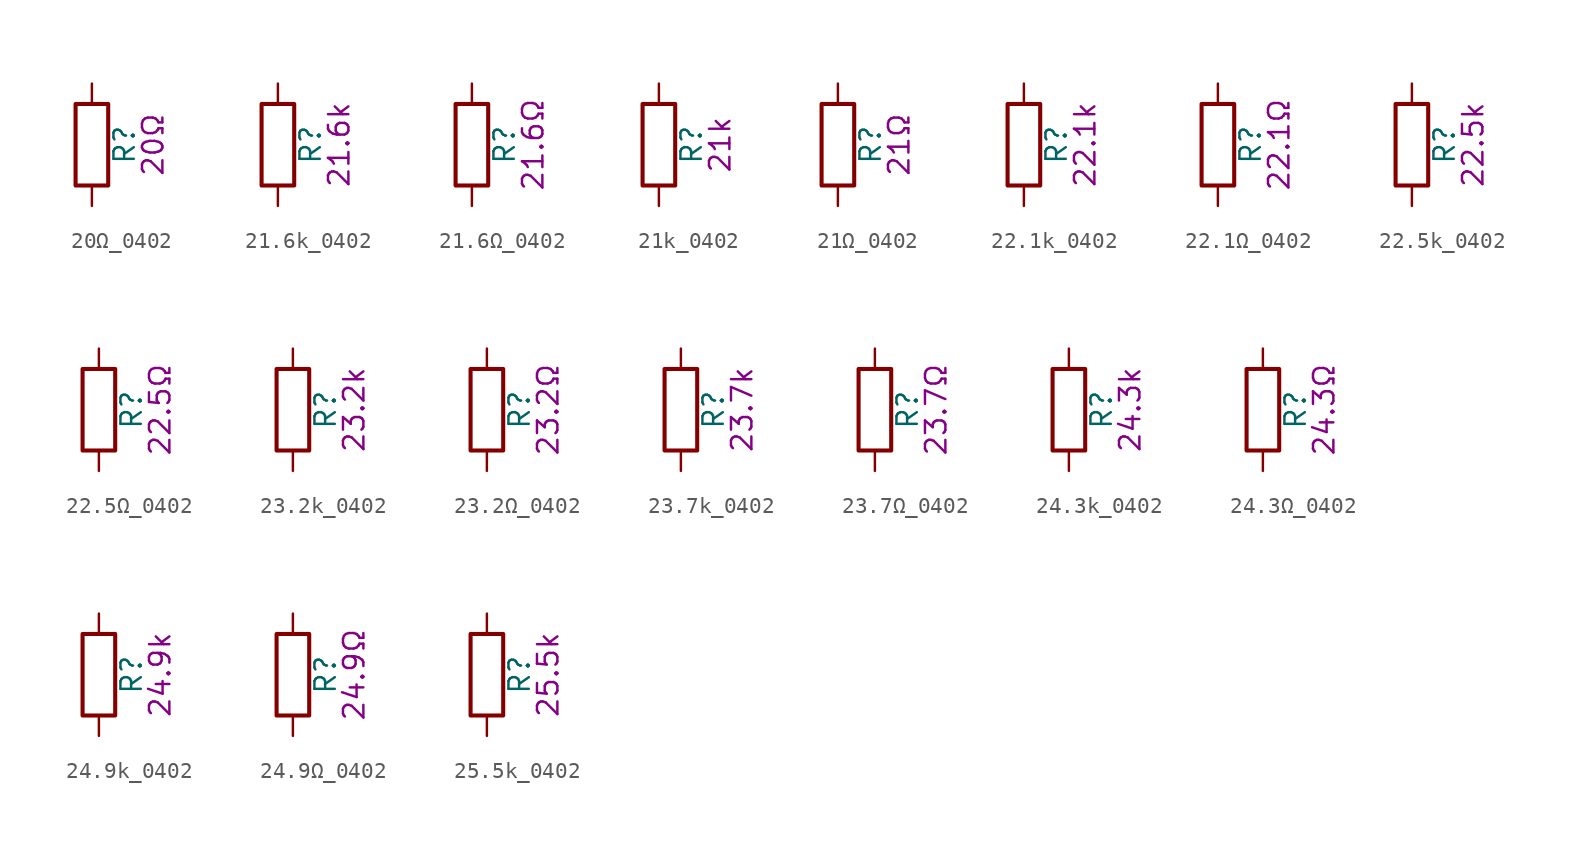
<source format=kicad_sym>
(kicad_symbol_lib
  (version 20211014)
  (generator kicad_symbol_editor)
  (symbol "20Ω_0402"
    (pin_numbers hide)
    (pin_names
      (offset 0))
    (property "Reference" "R"
      (at 2.032 0 90)
      (effects (font (size 1.27 1.27))))
    (property "Display" "20Ω"
      (at 3.81 0 90)
      (effects (font (size 1.27 1.27))))
    (symbol "20Ω_0402_0_1"
      (rectangle (start -1.016 -2.54) (end 1.016 2.54) (stroke (width 0.254) (type default) (color 0 0 0 0)) (fill (type none))))
    (symbol "20Ω_0402_1_1"
      (pin passive line (at 0 3.81 270) (length 1.27) (name "~" (effects (font (size 1.27 1.27)))) (number "1" (effects (font (size 1.27 1.27)))))
      (pin passive line (at 0 -3.81 90) (length 1.27) (name "~" (effects (font (size 1.27 1.27)))) (number "2" (effects (font (size 1.27 1.27)))))))
  (symbol "21.6k_0402"
    (pin_numbers hide)
    (pin_names
      (offset 0))
    (property "Reference" "R"
      (at 2.032 0 90)
      (effects (font (size 1.27 1.27))))
    (property "Display" "21.6k"
      (at 3.81 0 90)
      (effects (font (size 1.27 1.27))))
    (symbol "21.6k_0402_0_1"
      (rectangle (start -1.016 -2.54) (end 1.016 2.54) (stroke (width 0.254) (type default) (color 0 0 0 0)) (fill (type none))))
    (symbol "21.6k_0402_1_1"
      (pin passive line (at 0 3.81 270) (length 1.27) (name "~" (effects (font (size 1.27 1.27)))) (number "1" (effects (font (size 1.27 1.27)))))
      (pin passive line (at 0 -3.81 90) (length 1.27) (name "~" (effects (font (size 1.27 1.27)))) (number "2" (effects (font (size 1.27 1.27)))))))
  (symbol "21.6Ω_0402"
    (pin_numbers hide)
    (pin_names
      (offset 0))
    (property "Reference" "R"
      (at 2.032 0 90)
      (effects (font (size 1.27 1.27))))
    (property "Display" "21.6Ω"
      (at 3.81 0 90)
      (effects (font (size 1.27 1.27))))
    (symbol "21.6Ω_0402_0_1"
      (rectangle (start -1.016 -2.54) (end 1.016 2.54) (stroke (width 0.254) (type default) (color 0 0 0 0)) (fill (type none))))
    (symbol "21.6Ω_0402_1_1"
      (pin passive line (at 0 3.81 270) (length 1.27) (name "~" (effects (font (size 1.27 1.27)))) (number "1" (effects (font (size 1.27 1.27)))))
      (pin passive line (at 0 -3.81 90) (length 1.27) (name "~" (effects (font (size 1.27 1.27)))) (number "2" (effects (font (size 1.27 1.27)))))))
  (symbol "21k_0402"
    (pin_numbers hide)
    (pin_names
      (offset 0))
    (property "Reference" "R"
      (at 2.032 0 90)
      (effects (font (size 1.27 1.27))))
    (property "Display" "21k"
      (at 3.81 0 90)
      (effects (font (size 1.27 1.27))))
    (symbol "21k_0402_0_1"
      (rectangle (start -1.016 -2.54) (end 1.016 2.54) (stroke (width 0.254) (type default) (color 0 0 0 0)) (fill (type none))))
    (symbol "21k_0402_1_1"
      (pin passive line (at 0 3.81 270) (length 1.27) (name "~" (effects (font (size 1.27 1.27)))) (number "1" (effects (font (size 1.27 1.27)))))
      (pin passive line (at 0 -3.81 90) (length 1.27) (name "~" (effects (font (size 1.27 1.27)))) (number "2" (effects (font (size 1.27 1.27)))))))
  (symbol "21Ω_0402"
    (pin_numbers hide)
    (pin_names
      (offset 0))
    (property "Reference" "R"
      (at 2.032 0 90)
      (effects (font (size 1.27 1.27))))
    (property "Display" "21Ω"
      (at 3.81 0 90)
      (effects (font (size 1.27 1.27))))
    (symbol "21Ω_0402_0_1"
      (rectangle (start -1.016 -2.54) (end 1.016 2.54) (stroke (width 0.254) (type default) (color 0 0 0 0)) (fill (type none))))
    (symbol "21Ω_0402_1_1"
      (pin passive line (at 0 3.81 270) (length 1.27) (name "~" (effects (font (size 1.27 1.27)))) (number "1" (effects (font (size 1.27 1.27)))))
      (pin passive line (at 0 -3.81 90) (length 1.27) (name "~" (effects (font (size 1.27 1.27)))) (number "2" (effects (font (size 1.27 1.27)))))))
  (symbol "22.1k_0402"
    (pin_numbers hide)
    (pin_names
      (offset 0))
    (property "Reference" "R"
      (at 2.032 0 90)
      (effects (font (size 1.27 1.27))))
    (property "Display" "22.1k"
      (at 3.81 0 90)
      (effects (font (size 1.27 1.27))))
    (symbol "22.1k_0402_0_1"
      (rectangle (start -1.016 -2.54) (end 1.016 2.54) (stroke (width 0.254) (type default) (color 0 0 0 0)) (fill (type none))))
    (symbol "22.1k_0402_1_1"
      (pin passive line (at 0 3.81 270) (length 1.27) (name "~" (effects (font (size 1.27 1.27)))) (number "1" (effects (font (size 1.27 1.27)))))
      (pin passive line (at 0 -3.81 90) (length 1.27) (name "~" (effects (font (size 1.27 1.27)))) (number "2" (effects (font (size 1.27 1.27)))))))
  (symbol "22.1Ω_0402"
    (pin_numbers hide)
    (pin_names
      (offset 0))
    (property "Reference" "R"
      (at 2.032 0 90)
      (effects (font (size 1.27 1.27))))
    (property "Display" "22.1Ω"
      (at 3.81 0 90)
      (effects (font (size 1.27 1.27))))
    (symbol "22.1Ω_0402_0_1"
      (rectangle (start -1.016 -2.54) (end 1.016 2.54) (stroke (width 0.254) (type default) (color 0 0 0 0)) (fill (type none))))
    (symbol "22.1Ω_0402_1_1"
      (pin passive line (at 0 3.81 270) (length 1.27) (name "~" (effects (font (size 1.27 1.27)))) (number "1" (effects (font (size 1.27 1.27)))))
      (pin passive line (at 0 -3.81 90) (length 1.27) (name "~" (effects (font (size 1.27 1.27)))) (number "2" (effects (font (size 1.27 1.27)))))))
  (symbol "22.5k_0402"
    (pin_numbers hide)
    (pin_names
      (offset 0))
    (property "Reference" "R"
      (at 2.032 0 90)
      (effects (font (size 1.27 1.27))))
    (property "Display" "22.5k"
      (at 3.81 0 90)
      (effects (font (size 1.27 1.27))))
    (symbol "22.5k_0402_0_1"
      (rectangle (start -1.016 -2.54) (end 1.016 2.54) (stroke (width 0.254) (type default) (color 0 0 0 0)) (fill (type none))))
    (symbol "22.5k_0402_1_1"
      (pin passive line (at 0 3.81 270) (length 1.27) (name "~" (effects (font (size 1.27 1.27)))) (number "1" (effects (font (size 1.27 1.27)))))
      (pin passive line (at 0 -3.81 90) (length 1.27) (name "~" (effects (font (size 1.27 1.27)))) (number "2" (effects (font (size 1.27 1.27)))))))
  (symbol "22.5Ω_0402"
    (pin_numbers hide)
    (pin_names
      (offset 0))
    (property "Reference" "R"
      (at 2.032 0 90)
      (effects (font (size 1.27 1.27))))
    (property "Display" "22.5Ω"
      (at 3.81 0 90)
      (effects (font (size 1.27 1.27))))
    (symbol "22.5Ω_0402_0_1"
      (rectangle (start -1.016 -2.54) (end 1.016 2.54) (stroke (width 0.254) (type default) (color 0 0 0 0)) (fill (type none))))
    (symbol "22.5Ω_0402_1_1"
      (pin passive line (at 0 3.81 270) (length 1.27) (name "~" (effects (font (size 1.27 1.27)))) (number "1" (effects (font (size 1.27 1.27)))))
      (pin passive line (at 0 -3.81 90) (length 1.27) (name "~" (effects (font (size 1.27 1.27)))) (number "2" (effects (font (size 1.27 1.27)))))))
  (symbol "23.2k_0402"
    (pin_numbers hide)
    (pin_names
      (offset 0))
    (property "Reference" "R"
      (at 2.032 0 90)
      (effects (font (size 1.27 1.27))))
    (property "Display" "23.2k"
      (at 3.81 0 90)
      (effects (font (size 1.27 1.27))))
    (symbol "23.2k_0402_0_1"
      (rectangle (start -1.016 -2.54) (end 1.016 2.54) (stroke (width 0.254) (type default) (color 0 0 0 0)) (fill (type none))))
    (symbol "23.2k_0402_1_1"
      (pin passive line (at 0 3.81 270) (length 1.27) (name "~" (effects (font (size 1.27 1.27)))) (number "1" (effects (font (size 1.27 1.27)))))
      (pin passive line (at 0 -3.81 90) (length 1.27) (name "~" (effects (font (size 1.27 1.27)))) (number "2" (effects (font (size 1.27 1.27)))))))
  (symbol "23.2Ω_0402"
    (pin_numbers hide)
    (pin_names
      (offset 0))
    (property "Reference" "R"
      (at 2.032 0 90)
      (effects (font (size 1.27 1.27))))
    (property "Display" "23.2Ω"
      (at 3.81 0 90)
      (effects (font (size 1.27 1.27))))
    (symbol "23.2Ω_0402_0_1"
      (rectangle (start -1.016 -2.54) (end 1.016 2.54) (stroke (width 0.254) (type default) (color 0 0 0 0)) (fill (type none))))
    (symbol "23.2Ω_0402_1_1"
      (pin passive line (at 0 3.81 270) (length 1.27) (name "~" (effects (font (size 1.27 1.27)))) (number "1" (effects (font (size 1.27 1.27)))))
      (pin passive line (at 0 -3.81 90) (length 1.27) (name "~" (effects (font (size 1.27 1.27)))) (number "2" (effects (font (size 1.27 1.27)))))))
  (symbol "23.7k_0402"
    (pin_numbers hide)
    (pin_names
      (offset 0))
    (property "Reference" "R"
      (at 2.032 0 90)
      (effects (font (size 1.27 1.27))))
    (property "Display" "23.7k"
      (at 3.81 0 90)
      (effects (font (size 1.27 1.27))))
    (symbol "23.7k_0402_0_1"
      (rectangle (start -1.016 -2.54) (end 1.016 2.54) (stroke (width 0.254) (type default) (color 0 0 0 0)) (fill (type none))))
    (symbol "23.7k_0402_1_1"
      (pin passive line (at 0 3.81 270) (length 1.27) (name "~" (effects (font (size 1.27 1.27)))) (number "1" (effects (font (size 1.27 1.27)))))
      (pin passive line (at 0 -3.81 90) (length 1.27) (name "~" (effects (font (size 1.27 1.27)))) (number "2" (effects (font (size 1.27 1.27)))))))
  (symbol "23.7Ω_0402"
    (pin_numbers hide)
    (pin_names
      (offset 0))
    (property "Reference" "R"
      (at 2.032 0 90)
      (effects (font (size 1.27 1.27))))
    (property "Display" "23.7Ω"
      (at 3.81 0 90)
      (effects (font (size 1.27 1.27))))
    (symbol "23.7Ω_0402_0_1"
      (rectangle (start -1.016 -2.54) (end 1.016 2.54) (stroke (width 0.254) (type default) (color 0 0 0 0)) (fill (type none))))
    (symbol "23.7Ω_0402_1_1"
      (pin passive line (at 0 3.81 270) (length 1.27) (name "~" (effects (font (size 1.27 1.27)))) (number "1" (effects (font (size 1.27 1.27)))))
      (pin passive line (at 0 -3.81 90) (length 1.27) (name "~" (effects (font (size 1.27 1.27)))) (number "2" (effects (font (size 1.27 1.27)))))))
  (symbol "24.3k_0402"
    (pin_numbers hide)
    (pin_names
      (offset 0))
    (property "Reference" "R"
      (at 2.032 0 90)
      (effects (font (size 1.27 1.27))))
    (property "Display" "24.3k"
      (at 3.81 0 90)
      (effects (font (size 1.27 1.27))))
    (symbol "24.3k_0402_0_1"
      (rectangle (start -1.016 -2.54) (end 1.016 2.54) (stroke (width 0.254) (type default) (color 0 0 0 0)) (fill (type none))))
    (symbol "24.3k_0402_1_1"
      (pin passive line (at 0 3.81 270) (length 1.27) (name "~" (effects (font (size 1.27 1.27)))) (number "1" (effects (font (size 1.27 1.27)))))
      (pin passive line (at 0 -3.81 90) (length 1.27) (name "~" (effects (font (size 1.27 1.27)))) (number "2" (effects (font (size 1.27 1.27)))))))
  (symbol "24.3Ω_0402"
    (pin_numbers hide)
    (pin_names
      (offset 0))
    (property "Reference" "R"
      (at 2.032 0 90)
      (effects (font (size 1.27 1.27))))
    (property "Display" "24.3Ω"
      (at 3.81 0 90)
      (effects (font (size 1.27 1.27))))
    (symbol "24.3Ω_0402_0_1"
      (rectangle (start -1.016 -2.54) (end 1.016 2.54) (stroke (width 0.254) (type default) (color 0 0 0 0)) (fill (type none))))
    (symbol "24.3Ω_0402_1_1"
      (pin passive line (at 0 3.81 270) (length 1.27) (name "~" (effects (font (size 1.27 1.27)))) (number "1" (effects (font (size 1.27 1.27)))))
      (pin passive line (at 0 -3.81 90) (length 1.27) (name "~" (effects (font (size 1.27 1.27)))) (number "2" (effects (font (size 1.27 1.27)))))))
  (symbol "24.9k_0402"
    (pin_numbers hide)
    (pin_names
      (offset 0))
    (property "Reference" "R"
      (at 2.032 0 90)
      (effects (font (size 1.27 1.27))))
    (property "Display" "24.9k"
      (at 3.81 0 90)
      (effects (font (size 1.27 1.27))))
    (symbol "24.9k_0402_0_1"
      (rectangle (start -1.016 -2.54) (end 1.016 2.54) (stroke (width 0.254) (type default) (color 0 0 0 0)) (fill (type none))))
    (symbol "24.9k_0402_1_1"
      (pin passive line (at 0 3.81 270) (length 1.27) (name "~" (effects (font (size 1.27 1.27)))) (number "1" (effects (font (size 1.27 1.27)))))
      (pin passive line (at 0 -3.81 90) (length 1.27) (name "~" (effects (font (size 1.27 1.27)))) (number "2" (effects (font (size 1.27 1.27)))))))
  (symbol "24.9Ω_0402"
    (pin_numbers hide)
    (pin_names
      (offset 0))
    (property "Reference" "R"
      (at 2.032 0 90)
      (effects (font (size 1.27 1.27))))
    (property "Display" "24.9Ω"
      (at 3.81 0 90)
      (effects (font (size 1.27 1.27))))
    (symbol "24.9Ω_0402_0_1"
      (rectangle (start -1.016 -2.54) (end 1.016 2.54) (stroke (width 0.254) (type default) (color 0 0 0 0)) (fill (type none))))
    (symbol "24.9Ω_0402_1_1"
      (pin passive line (at 0 3.81 270) (length 1.27) (name "~" (effects (font (size 1.27 1.27)))) (number "1" (effects (font (size 1.27 1.27)))))
      (pin passive line (at 0 -3.81 90) (length 1.27) (name "~" (effects (font (size 1.27 1.27)))) (number "2" (effects (font (size 1.27 1.27)))))))
  (symbol "25.5k_0402"
    (pin_numbers hide)
    (pin_names
      (offset 0))
    (property "Reference" "R"
      (at 2.032 0 90)
      (effects (font (size 1.27 1.27))))
    (property "Display" "25.5k"
      (at 3.81 0 90)
      (effects (font (size 1.27 1.27))))
    (symbol "25.5k_0402_0_1"
      (rectangle (start -1.016 -2.54) (end 1.016 2.54) (stroke (width 0.254) (type default) (color 0 0 0 0)) (fill (type none))))
    (symbol "25.5k_0402_1_1"
      (pin passive line (at 0 3.81 270) (length 1.27) (name "~" (effects (font (size 1.27 1.27)))) (number "1" (effects (font (size 1.27 1.27)))))
      (pin passive line (at 0 -3.81 90) (length 1.27) (name "~" (effects (font (size 1.27 1.27)))) (number "2" (effects (font (size 1.27 1.27))))))))
</source>
